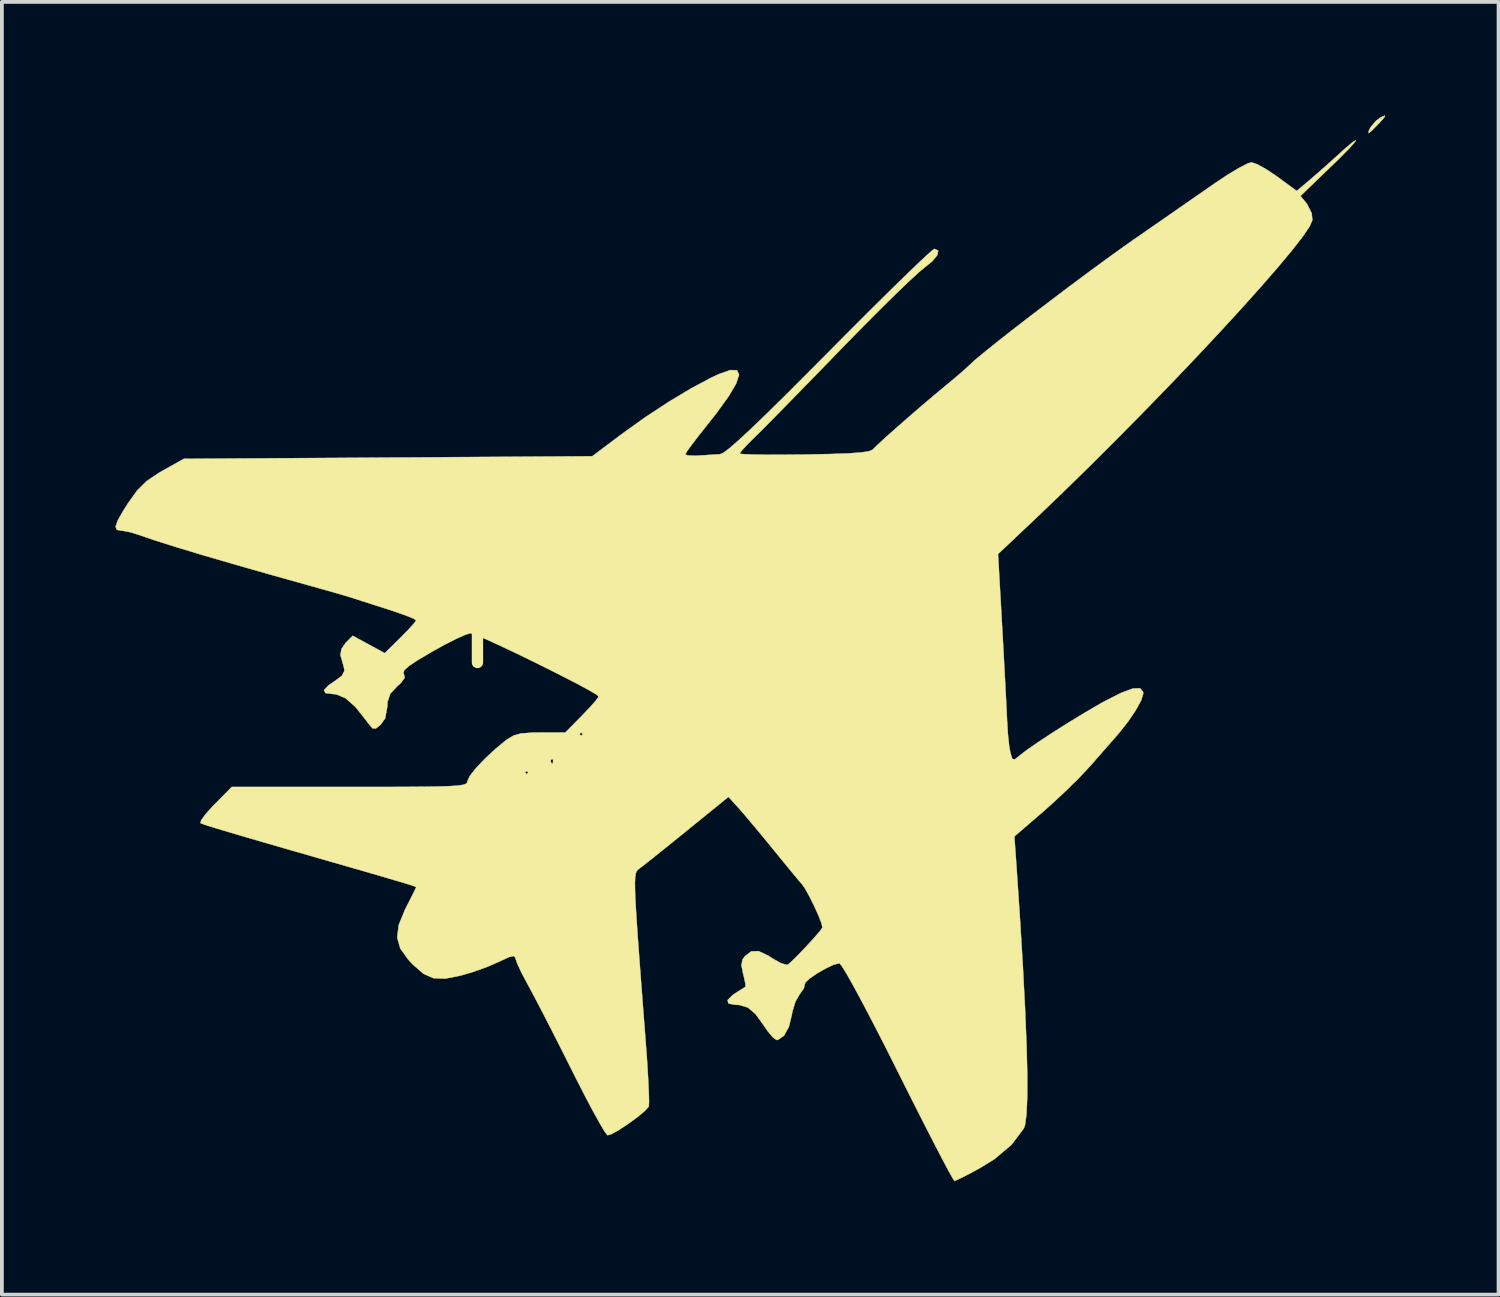
<source format=kicad_pcb>
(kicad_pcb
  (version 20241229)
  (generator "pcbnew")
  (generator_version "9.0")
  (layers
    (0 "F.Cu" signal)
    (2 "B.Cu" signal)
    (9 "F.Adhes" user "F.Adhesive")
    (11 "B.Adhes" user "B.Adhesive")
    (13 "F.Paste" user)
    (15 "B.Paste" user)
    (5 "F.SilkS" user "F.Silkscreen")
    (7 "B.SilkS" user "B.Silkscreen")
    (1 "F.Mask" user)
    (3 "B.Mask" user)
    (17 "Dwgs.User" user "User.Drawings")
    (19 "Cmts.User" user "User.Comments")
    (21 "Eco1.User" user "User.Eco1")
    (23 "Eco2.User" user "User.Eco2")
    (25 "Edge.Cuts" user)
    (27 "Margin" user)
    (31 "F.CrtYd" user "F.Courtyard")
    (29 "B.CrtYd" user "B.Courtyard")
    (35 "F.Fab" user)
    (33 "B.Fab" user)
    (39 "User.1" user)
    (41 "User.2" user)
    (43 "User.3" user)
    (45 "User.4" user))
  (footprint "F-100 300"
    (layer "F.Cu")
    (at 15.739 13.772)
    (property "Reference" "F-100 300" (at 0 0 0) (layer "F.SilkS") (effects (font (size 1.524 1.524) (thickness 0.3))))
    (attr through_hole)
    (fp_poly (pts (xy 17.807 -13.725) (xy 17.683 -13.584) (xy 17.658 -13.558) (xy 17.471 -13.367) (xy 17.385 -13.303) (xy 17.393 -13.365) (xy 17.44 -13.46) (xy 17.587 -13.633) (xy 17.718 -13.725) (xy 17.817 -13.767) (xy 17.807 -13.725)) (stroke (width 0.01) (type solid)) (fill yes) (layer "F.SilkS"))
    (fp_poly (pts (xy 17.013 -13.053) (xy 16.863 -12.886) (xy 16.599 -12.619) (xy 16.45 -12.475) (xy 15.586 -11.642) (xy 15.756 -11.437) (xy 15.883 -11.186) (xy 15.9 -11.001) (xy 15.83 -10.839) (xy 15.648 -10.571) (xy 15.366 -10.208) (xy 14.992 -9.76) (xy 14.539 -9.239) (xy 14.016 -8.656) (xy 13.434 -8.022) (xy 12.803 -7.348) (xy 12.133 -6.646) (xy 11.435 -5.927) (xy 10.718 -5.201) (xy 9.995 -4.48) (xy 9.274 -3.775) (xy 8.566 -3.097) (xy 8.516 -3.05) (xy 7.592 -2.177) (xy 7.7 -0.263) (xy 7.733 0.331) (xy 7.764 0.906) (xy 7.792 1.428) (xy 7.814 1.862) (xy 7.829 2.173) (xy 7.832 2.244) (xy 7.853 2.582) (xy 7.885 2.885) (xy 7.918 3.074) (xy 7.969 3.236) (xy 8.035 3.252) (xy 8.16 3.152) (xy 8.353 3.002) (xy 8.658 2.791) (xy 9.04 2.54) (xy 9.462 2.273) (xy 9.89 2.013) (xy 10.288 1.781) (xy 10.421 1.707) (xy 10.851 1.49) (xy 11.156 1.378) (xy 11.346 1.37) (xy 11.426 1.466) (xy 11.43 1.511) (xy 11.377 1.688) (xy 11.235 1.948) (xy 11.029 2.253) (xy 10.784 2.562) (xy 10.753 2.598) (xy 10.598 2.775) (xy 10.373 3.031) (xy 10.121 3.32) (xy 10.051 3.4) (xy 9.775 3.697) (xy 9.421 4.049) (xy 9.04 4.405) (xy 8.793 4.625) (xy 8.024 5.288) (xy 8.072 5.967) (xy 8.17 7.423) (xy 8.248 8.71) (xy 8.306 9.83) (xy 8.345 10.782) (xy 8.365 11.567) (xy 8.364 12.184) (xy 8.344 12.634) (xy 8.305 12.918) (xy 8.273 13.005) (xy 7.948 13.438) (xy 7.493 13.82) (xy 7.1 14.061) (xy 6.813 14.215) (xy 6.585 14.331) (xy 6.454 14.39) (xy 6.44 14.393) (xy 6.391 14.32) (xy 6.275 14.112) (xy 6.102 13.785) (xy 5.879 13.355) (xy 5.615 12.84) (xy 5.319 12.255) (xy 4.999 11.618) (xy 4.949 11.517) (xy 4.611 10.845) (xy 4.298 10.235) (xy 4.019 9.702) (xy 3.781 9.26) (xy 3.593 8.926) (xy 3.463 8.714) (xy 3.399 8.638) (xy 3.399 8.638) (xy 3.253 8.676) (xy 3.042 8.775) (xy 2.814 8.905) (xy 2.618 9.038) (xy 2.5 9.147) (xy 2.487 9.186) (xy 2.459 9.304) (xy 2.353 9.453) (xy 2.237 9.653) (xy 2.154 9.926) (xy 2.141 10.004) (xy 2.063 10.321) (xy 1.934 10.554) (xy 1.776 10.664) (xy 1.739 10.668) (xy 1.643 10.602) (xy 1.501 10.432) (xy 1.398 10.282) (xy 1.181 9.981) (xy 0.979 9.81) (xy 0.751 9.742) (xy 0.641 9.737) (xy 0.465 9.704) (xy 0.443 9.615) (xy 0.574 9.481) (xy 0.656 9.426) (xy 0.824 9.32) (xy 0.915 9.263) (xy 0.916 9.262) (xy 0.914 9.178) (xy 0.873 8.991) (xy 0.855 8.923) (xy 0.809 8.689) (xy 0.839 8.538) (xy 0.904 8.45) (xy 1.071 8.325) (xy 1.264 8.32) (xy 1.518 8.439) (xy 1.633 8.513) (xy 1.841 8.632) (xy 1.998 8.682) (xy 2.037 8.676) (xy 2.143 8.584) (xy 2.318 8.41) (xy 2.524 8.194) (xy 2.722 7.977) (xy 2.877 7.798) (xy 2.949 7.698) (xy 2.949 7.697) (xy 2.928 7.589) (xy 2.847 7.381) (xy 2.731 7.124) (xy 2.602 6.865) (xy 2.484 6.655) (xy 2.413 6.555) (xy 2.329 6.457) (xy 2.162 6.256) (xy 1.936 5.981) (xy 1.673 5.659) (xy 1.651 5.631) (xy 1.366 5.284) (xy 1.094 4.957) (xy 0.868 4.689) (xy 0.72 4.52) (xy 0.466 4.241) (xy -0.635 5.135) (xy -1.013 5.441) (xy -1.355 5.716) (xy -1.634 5.939) (xy -1.826 6.089) (xy -1.893 6.14) (xy -1.93 6.169) (xy -1.961 6.207) (xy -1.984 6.268) (xy -1.999 6.366) (xy -2.006 6.514) (xy -2.003 6.727) (xy -1.991 7.018) (xy -1.968 7.401) (xy -1.935 7.89) (xy -1.891 8.498) (xy -1.835 9.24) (xy -1.767 10.13) (xy -1.724 10.686) (xy -1.686 11.202) (xy -1.658 11.661) (xy -1.64 12.036) (xy -1.633 12.3) (xy -1.64 12.426) (xy -1.642 12.431) (xy -1.755 12.553) (xy -1.953 12.717) (xy -2.193 12.891) (xy -2.431 13.048) (xy -2.625 13.156) (xy -2.73 13.186) (xy -2.798 13.101) (xy -2.927 12.886) (xy -3.106 12.564) (xy -3.322 12.156) (xy -3.563 11.686) (xy -3.676 11.462) (xy -3.943 10.929) (xy -4.207 10.409) (xy -4.451 9.934) (xy -4.658 9.537) (xy -4.811 9.251) (xy -4.839 9.2) (xy -4.994 8.91) (xy -5.109 8.666) (xy -5.163 8.515) (xy -5.165 8.5) (xy -5.202 8.448) (xy -5.33 8.475) (xy -5.574 8.587) (xy -5.597 8.598) (xy -5.918 8.738) (xy -6.309 8.877) (xy -6.614 8.966) (xy -7.02 9.046) (xy -7.33 9.035) (xy -7.597 8.917) (xy -7.874 8.676) (xy -8 8.541) (xy -8.208 8.251) (xy -8.291 7.959) (xy -8.249 7.626) (xy -8.083 7.219) (xy -8.043 7.141) (xy -7.914 6.888) (xy -7.822 6.703) (xy -7.789 6.63) (xy -7.807 6.617) (xy -7.873 6.593) (xy -8.002 6.551) (xy -8.212 6.487) (xy -8.519 6.397) (xy -8.939 6.274) (xy -9.49 6.115) (xy -10.16 5.922) (xy -11.014 5.676) (xy -11.717 5.473) (xy -12.283 5.308) (xy -12.723 5.178) (xy -13.052 5.08) (xy -13.28 5.01) (xy -13.421 4.963) (xy -13.488 4.936) (xy -13.491 4.934) (xy -13.471 4.858) (xy -13.353 4.697) (xy -13.16 4.483) (xy -13.113 4.435) (xy -12.663 3.979) (xy -9.549 3.979) (xy -8.74 3.979) (xy -8.084 3.977) (xy -7.566 3.973) (xy -7.168 3.967) (xy -6.877 3.956) (xy -6.674 3.942) (xy -6.544 3.922) (xy -6.472 3.896) (xy -6.441 3.863) (xy -6.435 3.828) (xy -6.373 3.693) (xy -6.299 3.598) (xy -4.911 3.598) (xy -4.868 3.641) (xy -4.826 3.598) (xy -4.868 3.556) (xy -4.911 3.598) (xy -6.299 3.598) (xy -6.209 3.484) (xy -6.037 3.302) (xy -4.233 3.302) (xy -4.202 3.372) (xy -4.177 3.358) (xy -4.167 3.258) (xy -4.177 3.246) (xy -4.227 3.257) (xy -4.233 3.302) (xy -6.037 3.302) (xy -5.971 3.233) (xy -5.691 2.972) (xy -5.397 2.731) (xy -5.386 2.723) (xy -5.222 2.624) (xy -5.076 2.582) (xy -3.471 2.582) (xy -3.429 2.625) (xy -3.387 2.582) (xy -3.429 2.54) (xy -3.471 2.582) (xy -5.076 2.582) (xy -5.025 2.568) (xy -4.743 2.544) (xy -4.494 2.54) (xy -3.847 2.54) (xy -3.405 2.093) (xy -3.191 1.869) (xy -3.035 1.691) (xy -2.965 1.592) (xy -2.963 1.587) (xy -3.036 1.529) (xy -3.235 1.413) (xy -3.534 1.252) (xy -3.908 1.059) (xy -4.328 0.847) (xy -4.768 0.629) (xy -5.202 0.419) (xy -5.603 0.23) (xy -5.944 0.074) (xy -6.199 -0.035) (xy -6.342 -0.083) (xy -6.354 -0.085) (xy -6.489 -0.044) (xy -6.734 0.066) (xy -7.052 0.228) (xy -7.36 0.399) (xy -7.737 0.621) (xy -7.979 0.782) (xy -8.103 0.894) (xy -8.126 0.971) (xy -8.115 0.989) (xy -8.092 1.094) (xy -8.195 1.234) (xy -8.289 1.318) (xy -8.475 1.517) (xy -8.546 1.737) (xy -8.551 1.857) (xy -8.609 2.169) (xy -8.731 2.336) (xy -8.856 2.435) (xy -8.942 2.43) (xy -9.049 2.305) (xy -9.091 2.246) (xy -9.391 1.868) (xy -9.653 1.635) (xy -9.895 1.532) (xy -9.984 1.524) (xy -10.186 1.498) (xy -10.227 1.421) (xy -10.106 1.293) (xy -9.945 1.184) (xy -9.751 1.04) (xy -9.686 0.913) (xy -9.698 0.817) (xy -9.76 0.599) (xy -9.79 0.491) (xy -9.763 0.333) (xy -9.648 0.165) (xy -9.465 -0.017) (xy -9.042 0.213) (xy -8.619 0.443) (xy -8.204 0.034) (xy -7.997 -0.177) (xy -7.848 -0.342) (xy -7.789 -0.426) (xy -7.789 -0.426) (xy -7.864 -0.473) (xy -8.066 -0.555) (xy -8.357 -0.657) (xy -8.53 -0.714) (xy -8.886 -0.828) (xy -9.202 -0.929) (xy -9.428 -1.002) (xy -9.483 -1.02) (xy -9.655 -1.072) (xy -9.942 -1.156) (xy -10.297 -1.256) (xy -10.499 -1.313) (xy -11.609 -1.624) (xy -12.591 -1.904) (xy -13.435 -2.15) (xy -14.136 -2.362) (xy -14.687 -2.536) (xy -15.081 -2.671) (xy -15.094 -2.676) (xy -15.343 -2.753) (xy -15.551 -2.793) (xy -15.58 -2.794) (xy -15.699 -2.817) (xy -15.734 -2.9) (xy -15.678 -3.063) (xy -15.528 -3.328) (xy -15.398 -3.531) (xy -15.157 -3.865) (xy -14.913 -4.106) (xy -14.595 -4.32) (xy -14.488 -4.381) (xy -13.929 -4.694) (xy -8.532 -4.728) (xy -3.135 -4.762) (xy -2.351 -5.351) (xy -1.744 -5.786) (xy -1.117 -6.198) (xy -0.513 -6.561) (xy 0.026 -6.847) (xy 0.21 -6.933) (xy 0.515 -7.04) (xy 0.694 -7.034) (xy 0.747 -6.917) (xy 0.673 -6.688) (xy 0.474 -6.349) (xy 0.148 -5.898) (xy -0.059 -5.636) (xy -0.302 -5.329) (xy -0.5 -5.071) (xy -0.632 -4.889) (xy -0.677 -4.812) (xy -0.602 -4.783) (xy -0.413 -4.776) (xy -0.318 -4.78) (xy -0.037 -4.798) (xy 0.204 -4.813) (xy 0.245 -4.815) (xy 0.336 -4.856) (xy 0.498 -4.978) (xy 0.738 -5.187) (xy 1.063 -5.489) (xy 1.48 -5.89) (xy 1.995 -6.397) (xy 2.614 -7.017) (xy 3.129 -7.535) (xy 3.684 -8.095) (xy 4.205 -8.615) (xy 4.679 -9.084) (xy 5.094 -9.49) (xy 5.437 -9.821) (xy 5.696 -10.065) (xy 5.858 -10.209) (xy 5.91 -10.245) (xy 6.011 -10.199) (xy 5.989 -10.082) (xy 5.859 -9.92) (xy 5.649 -9.75) (xy 5.5 -9.627) (xy 5.253 -9.399) (xy 4.923 -9.084) (xy 4.53 -8.697) (xy 4.091 -8.257) (xy 3.624 -7.782) (xy 3.427 -7.579) (xy 2.949 -7.086) (xy 2.49 -6.615) (xy 2.068 -6.183) (xy 1.703 -5.811) (xy 1.411 -5.515) (xy 1.212 -5.316) (xy 1.164 -5.27) (xy 0.959 -5.066) (xy 0.814 -4.908) (xy 0.762 -4.833) (xy 0.842 -4.819) (xy 1.067 -4.809) (xy 1.41 -4.803) (xy 1.848 -4.802) (xy 2.353 -4.806) (xy 2.476 -4.807) (xy 3.126 -4.82) (xy 3.618 -4.837) (xy 3.966 -4.862) (xy 4.18 -4.893) (xy 4.275 -4.933) (xy 4.276 -4.934) (xy 4.383 -5.042) (xy 4.592 -5.235) (xy 4.876 -5.488) (xy 5.206 -5.778) (xy 5.556 -6.081) (xy 5.898 -6.371) (xy 6.204 -6.626) (xy 6.223 -6.642) (xy 6.478 -6.853) (xy 6.685 -7.032) (xy 6.807 -7.143) (xy 6.816 -7.153) (xy 6.948 -7.277) (xy 7.197 -7.485) (xy 7.54 -7.762) (xy 7.959 -8.091) (xy 8.432 -8.457) (xy 8.939 -8.843) (xy 9.458 -9.236) (xy 9.97 -9.617) (xy 10.454 -9.972) (xy 10.889 -10.285) (xy 11.134 -10.458) (xy 11.631 -10.803) (xy 12.14 -11.156) (xy 12.623 -11.492) (xy 13.041 -11.782) (xy 13.347 -11.994) (xy 13.676 -12.212) (xy 13.968 -12.387) (xy 14.189 -12.5) (xy 14.29 -12.531) (xy 14.438 -12.482) (xy 14.671 -12.355) (xy 14.942 -12.175) (xy 14.973 -12.153) (xy 15.486 -11.775) (xy 15.81 -12.047) (xy 16.077 -12.277) (xy 16.368 -12.536) (xy 16.471 -12.63) (xy 16.779 -12.908) (xy 16.972 -13.069) (xy 17.05 -13.115) (xy 17.013 -13.053)) (stroke (width 0.01) (type solid)) (fill yes) (layer "F.SilkS")))
  (gr_rect
    (start -3 -3)
    (end 36.561 31.17)
    (stroke (width 0.1) (type default))
    (fill no)
    (layer "Edge.Cuts")))
</source>
